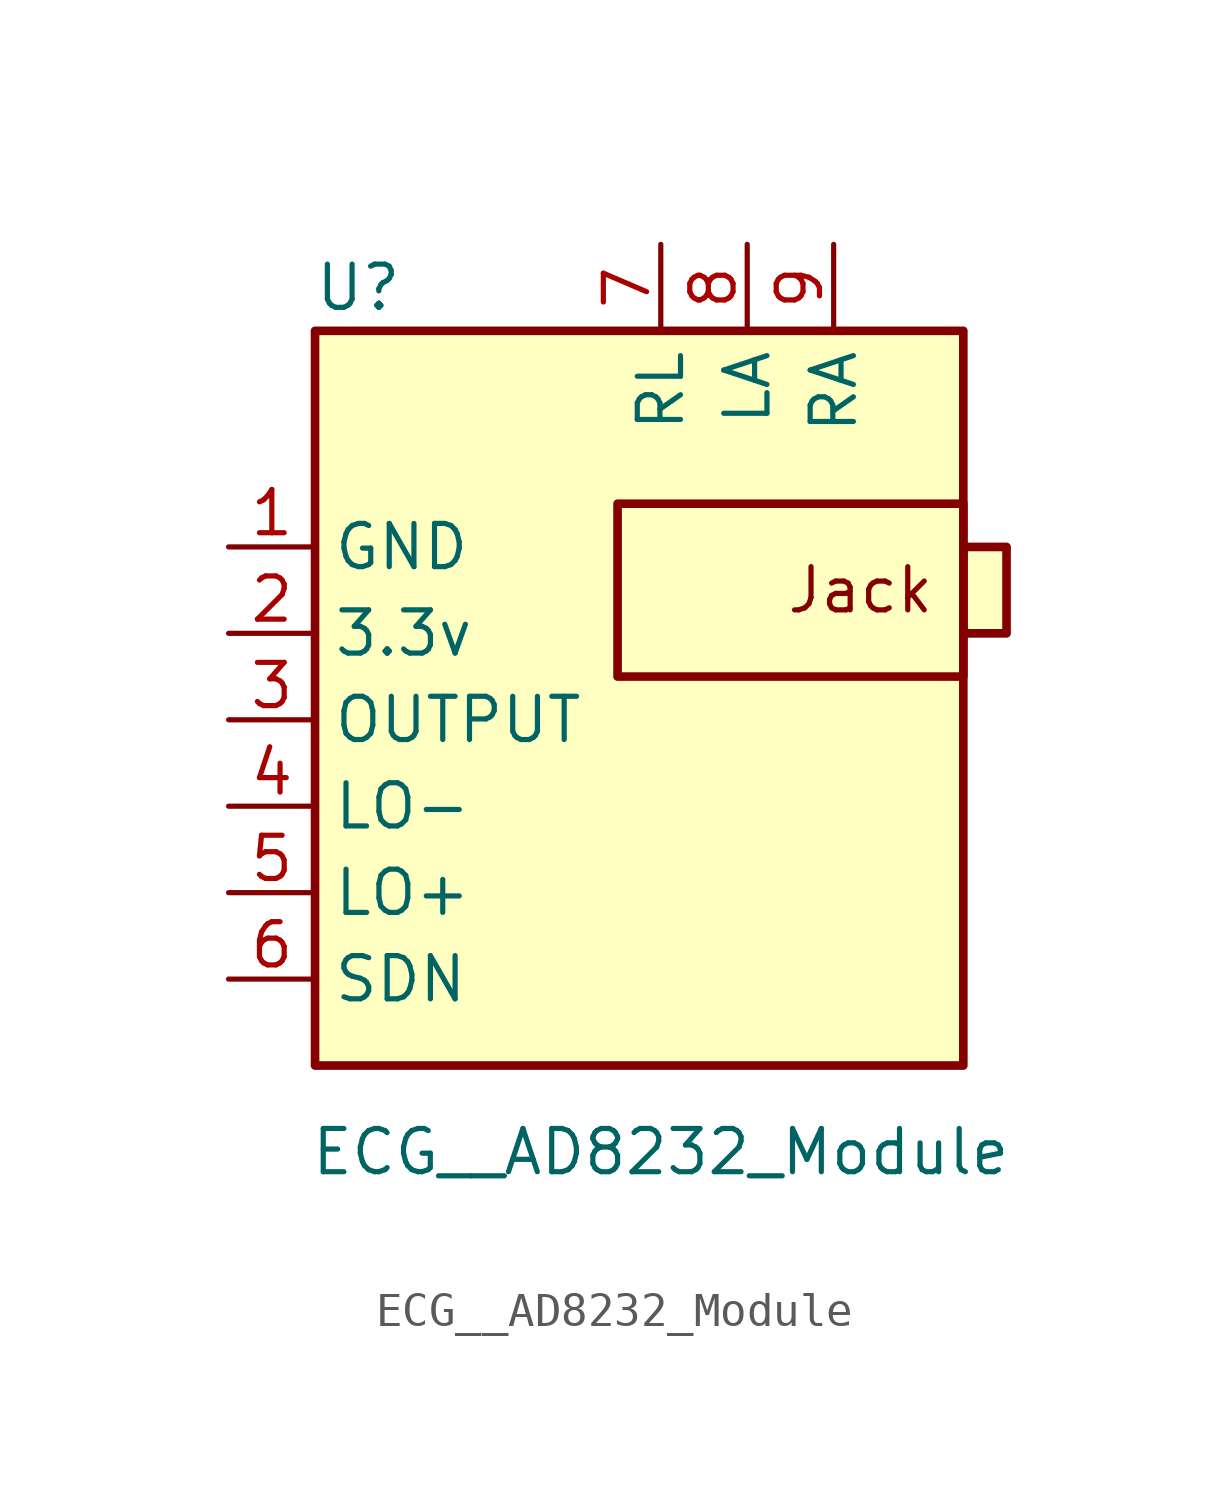
<source format=kicad_sym>
(kicad_symbol_lib
  (version 20211014)
  (generator kicad_symbol_editor)
  (symbol "ECG__AD8232_Module"
    (property "Reference" "U"
      (at -8.89 11.43 0)
      (effects (font (size 1.27 1.27))))
    (property "Value" "ECG__AD8232_Module"
      (at 0 -13.97 0)
      (effects (font (size 1.27 1.27))))
    (symbol "ECG__AD8232_Module_0_0"
      (text "Jack " (at 6.35 2.54 0) (effects (font (size 1.27 1.27)))))
    (symbol "ECG__AD8232_Module_0_1"
      (rectangle (start -10.16 10.16) (end 8.89 -11.43) (stroke (width 0.254) (type default) (color 0 0 0 0)) (fill (type background)))
      (rectangle (start -1.27 5.08) (end 8.89 0) (stroke (width 0.254) (type default) (color 0 0 0 0)) (fill (type none)))
      (rectangle (start 8.89 3.81) (end 10.16 1.27) (stroke (width 0.254) (type default) (color 0 0 0 0)) (fill (type background))))
    (symbol "ECG__AD8232_Module_1_1"
      (pin power_in line (at -12.7 3.81 0) (length 2.54) (name "GND" (effects (font (size 1.27 1.27)))) (number "1" (effects (font (size 1.27 1.27)))))
      (pin power_in line (at -12.7 1.27 0) (length 2.54) (name "3.3v" (effects (font (size 1.27 1.27)))) (number "2" (effects (font (size 1.27 1.27)))))
      (pin output line (at -12.7 -1.27 0) (length 2.54) (name "OUTPUT" (effects (font (size 1.27 1.27)))) (number "3" (effects (font (size 1.27 1.27)))))
      (pin bidirectional line (at -12.7 -3.81 0) (length 2.54) (name "LO-" (effects (font (size 1.27 1.27)))) (number "4" (effects (font (size 1.27 1.27)))))
      (pin bidirectional line (at -12.7 -6.35 0) (length 2.54) (name "LO+" (effects (font (size 1.27 1.27)))) (number "5" (effects (font (size 1.27 1.27)))))
      (pin bidirectional line (at -12.7 -8.89 0) (length 2.54) (name "SDN" (effects (font (size 1.27 1.27)))) (number "6" (effects (font (size 1.27 1.27)))))
      (pin input line (at 0 12.7 270) (length 2.54) (name "RL" (effects (font (size 1.27 1.27)))) (number "7" (effects (font (size 1.27 1.27)))))
      (pin input line (at 2.54 12.7 270) (length 2.54) (name "LA" (effects (font (size 1.27 1.27)))) (number "8" (effects (font (size 1.27 1.27)))))
      (pin input line (at 5.08 12.7 270) (length 2.54) (name "RA" (effects (font (size 1.27 1.27)))) (number "9" (effects (font (size 1.27 1.27))))))))
</source>
